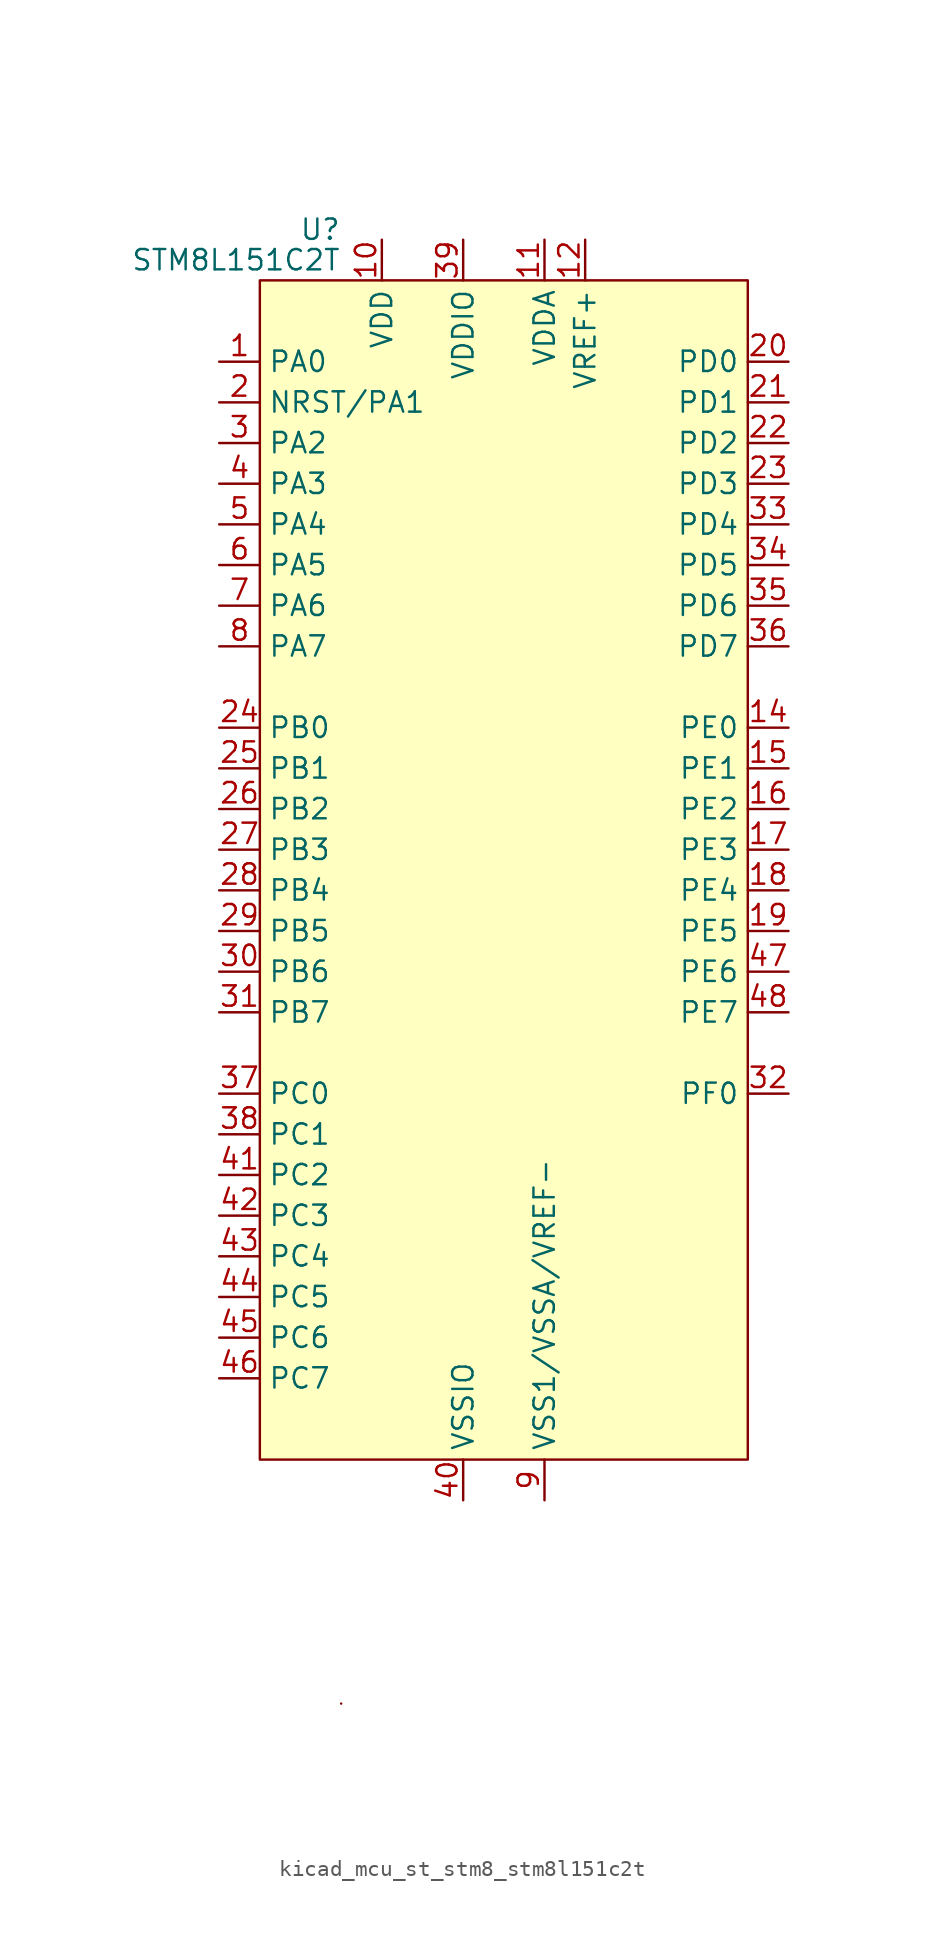
<source format=kicad_sym>
(kicad_symbol_lib
  (version 20220914)
  (generator kicad_symbol_editor)
  (symbol "kicad_mcu_st_stm8_stm8l151c2t"
    (property "Reference" "U"
      (at -10.16 38.735 0)
      (effects (font (size 1.27 1.27)) (justify right)))
    (property "Value" "STM8L151C2T"
      (at -10.16 36.83 0)
      (effects (font (size 1.27 1.27)) (justify right)))
    (symbol "kicad_mcu_st_stm8_stm8l151c2t_0_0"
      (pin bidirectional line (at -17.78 30.48 0) (length 2.54) (name "PA0" (effects (font (size 1.27 1.27)))) (number "1" (effects (font (size 1.27 1.27)))))
      (pin power_in line (at -7.62 38.1 270) (length 2.54) (name "VDD" (effects (font (size 1.27 1.27)))) (number "10" (effects (font (size 1.27 1.27)))))
      (pin power_in line (at 2.54 38.1 270) (length 2.54) (name "VDDA" (effects (font (size 1.27 1.27)))) (number "11" (effects (font (size 1.27 1.27)))))
      (pin power_in line (at 5.08 38.1 270) (length 2.54) (name "VREF+" (effects (font (size 1.27 1.27)))) (number "12" (effects (font (size 1.27 1.27)))))
      (pin no_connect line (at 15.24 -20.32 180) (length 2.54) hide (name "NC" (effects (font (size 1.27 1.27)))) (number "13" (effects (font (size 1.27 1.27)))))
      (pin bidirectional line (at 17.78 7.62 180) (length 2.54) (name "PE0" (effects (font (size 1.27 1.27)))) (number "14" (effects (font (size 1.27 1.27)))))
      (pin bidirectional line (at 17.78 5.08 180) (length 2.54) (name "PE1" (effects (font (size 1.27 1.27)))) (number "15" (effects (font (size 1.27 1.27)))))
      (pin bidirectional line (at 17.78 2.54 180) (length 2.54) (name "PE2" (effects (font (size 1.27 1.27)))) (number "16" (effects (font (size 1.27 1.27)))))
      (pin bidirectional line (at 17.78 0 180) (length 2.54) (name "PE3" (effects (font (size 1.27 1.27)))) (number "17" (effects (font (size 1.27 1.27)))))
      (pin bidirectional line (at 17.78 -2.54 180) (length 2.54) (name "PE4" (effects (font (size 1.27 1.27)))) (number "18" (effects (font (size 1.27 1.27)))))
      (pin bidirectional line (at 17.78 -5.08 180) (length 2.54) (name "PE5" (effects (font (size 1.27 1.27)))) (number "19" (effects (font (size 1.27 1.27)))))
      (pin bidirectional line (at -17.78 27.94 0) (length 2.54) (name "NRST/PA1" (effects (font (size 1.27 1.27)))) (number "2" (effects (font (size 1.27 1.27)))))
      (pin bidirectional line (at 17.78 30.48 180) (length 2.54) (name "PD0" (effects (font (size 1.27 1.27)))) (number "20" (effects (font (size 1.27 1.27)))))
      (pin bidirectional line (at 17.78 27.94 180) (length 2.54) (name "PD1" (effects (font (size 1.27 1.27)))) (number "21" (effects (font (size 1.27 1.27)))))
      (pin bidirectional line (at 17.78 25.4 180) (length 2.54) (name "PD2" (effects (font (size 1.27 1.27)))) (number "22" (effects (font (size 1.27 1.27)))))
      (pin bidirectional line (at 17.78 22.86 180) (length 2.54) (name "PD3" (effects (font (size 1.27 1.27)))) (number "23" (effects (font (size 1.27 1.27)))))
      (pin bidirectional line (at -17.78 7.62 0) (length 2.54) (name "PB0" (effects (font (size 1.27 1.27)))) (number "24" (effects (font (size 1.27 1.27)))))
      (pin bidirectional line (at -17.78 5.08 0) (length 2.54) (name "PB1" (effects (font (size 1.27 1.27)))) (number "25" (effects (font (size 1.27 1.27)))))
      (pin bidirectional line (at -17.78 2.54 0) (length 2.54) (name "PB2" (effects (font (size 1.27 1.27)))) (number "26" (effects (font (size 1.27 1.27)))))
      (pin bidirectional line (at -17.78 0 0) (length 2.54) (name "PB3" (effects (font (size 1.27 1.27)))) (number "27" (effects (font (size 1.27 1.27)))))
      (pin bidirectional line (at -17.78 -2.54 0) (length 2.54) (name "PB4" (effects (font (size 1.27 1.27)))) (number "28" (effects (font (size 1.27 1.27)))))
      (pin bidirectional line (at -17.78 -5.08 0) (length 2.54) (name "PB5" (effects (font (size 1.27 1.27)))) (number "29" (effects (font (size 1.27 1.27)))))
      (pin bidirectional line (at -17.78 25.4 0) (length 2.54) (name "PA2" (effects (font (size 1.27 1.27)))) (number "3" (effects (font (size 1.27 1.27)))))
      (pin bidirectional line (at -17.78 -7.62 0) (length 2.54) (name "PB6" (effects (font (size 1.27 1.27)))) (number "30" (effects (font (size 1.27 1.27)))))
      (pin bidirectional line (at -17.78 -10.16 0) (length 2.54) (name "PB7" (effects (font (size 1.27 1.27)))) (number "31" (effects (font (size 1.27 1.27)))))
      (pin bidirectional line (at 17.78 -15.24 180) (length 2.54) (name "PF0" (effects (font (size 1.27 1.27)))) (number "32" (effects (font (size 1.27 1.27)))))
      (pin bidirectional line (at 17.78 20.32 180) (length 2.54) (name "PD4" (effects (font (size 1.27 1.27)))) (number "33" (effects (font (size 1.27 1.27)))))
      (pin bidirectional line (at 17.78 17.78 180) (length 2.54) (name "PD5" (effects (font (size 1.27 1.27)))) (number "34" (effects (font (size 1.27 1.27)))))
      (pin bidirectional line (at 17.78 15.24 180) (length 2.54) (name "PD6" (effects (font (size 1.27 1.27)))) (number "35" (effects (font (size 1.27 1.27)))))
      (pin bidirectional line (at 17.78 12.7 180) (length 2.54) (name "PD7" (effects (font (size 1.27 1.27)))) (number "36" (effects (font (size 1.27 1.27)))))
      (pin bidirectional line (at -17.78 -15.24 0) (length 2.54) (name "PC0" (effects (font (size 1.27 1.27)))) (number "37" (effects (font (size 1.27 1.27)))))
      (pin bidirectional line (at -17.78 -17.78 0) (length 2.54) (name "PC1" (effects (font (size 1.27 1.27)))) (number "38" (effects (font (size 1.27 1.27)))))
      (pin power_in line (at -2.54 38.1 270) (length 2.54) (name "VDDIO" (effects (font (size 1.27 1.27)))) (number "39" (effects (font (size 1.27 1.27)))))
      (pin bidirectional line (at -17.78 22.86 0) (length 2.54) (name "PA3" (effects (font (size 1.27 1.27)))) (number "4" (effects (font (size 1.27 1.27)))))
      (pin power_in line (at -2.54 -40.64 90) (length 2.54) (name "VSSIO" (effects (font (size 1.27 1.27)))) (number "40" (effects (font (size 1.27 1.27)))))
      (pin bidirectional line (at -17.78 -20.32 0) (length 2.54) (name "PC2" (effects (font (size 1.27 1.27)))) (number "41" (effects (font (size 1.27 1.27)))))
      (pin bidirectional line (at -17.78 -22.86 0) (length 2.54) (name "PC3" (effects (font (size 1.27 1.27)))) (number "42" (effects (font (size 1.27 1.27)))))
      (pin bidirectional line (at -17.78 -25.4 0) (length 2.54) (name "PC4" (effects (font (size 1.27 1.27)))) (number "43" (effects (font (size 1.27 1.27)))))
      (pin bidirectional line (at -17.78 -27.94 0) (length 2.54) (name "PC5" (effects (font (size 1.27 1.27)))) (number "44" (effects (font (size 1.27 1.27)))))
      (pin bidirectional line (at -17.78 -30.48 0) (length 2.54) (name "PC6" (effects (font (size 1.27 1.27)))) (number "45" (effects (font (size 1.27 1.27)))))
      (pin bidirectional line (at -17.78 -33.02 0) (length 2.54) (name "PC7" (effects (font (size 1.27 1.27)))) (number "46" (effects (font (size 1.27 1.27)))))
      (pin bidirectional line (at 17.78 -7.62 180) (length 2.54) (name "PE6" (effects (font (size 1.27 1.27)))) (number "47" (effects (font (size 1.27 1.27)))))
      (pin bidirectional line (at 17.78 -10.16 180) (length 2.54) (name "PE7" (effects (font (size 1.27 1.27)))) (number "48" (effects (font (size 1.27 1.27)))))
      (pin bidirectional line (at -17.78 20.32 0) (length 2.54) (name "PA4" (effects (font (size 1.27 1.27)))) (number "5" (effects (font (size 1.27 1.27)))))
      (pin bidirectional line (at -17.78 17.78 0) (length 2.54) (name "PA5" (effects (font (size 1.27 1.27)))) (number "6" (effects (font (size 1.27 1.27)))))
      (pin bidirectional line (at -17.78 15.24 0) (length 2.54) (name "PA6" (effects (font (size 1.27 1.27)))) (number "7" (effects (font (size 1.27 1.27)))))
      (pin bidirectional line (at -17.78 12.7 0) (length 2.54) (name "PA7" (effects (font (size 1.27 1.27)))) (number "8" (effects (font (size 1.27 1.27)))))
      (pin power_in line (at 2.54 -40.64 90) (length 2.54) (name "VSS1/VSSA/VREF-" (effects (font (size 1.27 1.27)))) (number "9" (effects (font (size 1.27 1.27))))))
    (symbol "kicad_mcu_st_stm8_stm8l151c2t_0_1"
      (rectangle (start -15.24 35.56) (end 15.24 -38.1) (stroke (width 0) (type default)) (fill (type background)))
      (rectangle (start -10.16 -53.34) (end -10.16 -53.34) (stroke (width 0.152) (type default)) (fill (type none))))))
</source>
